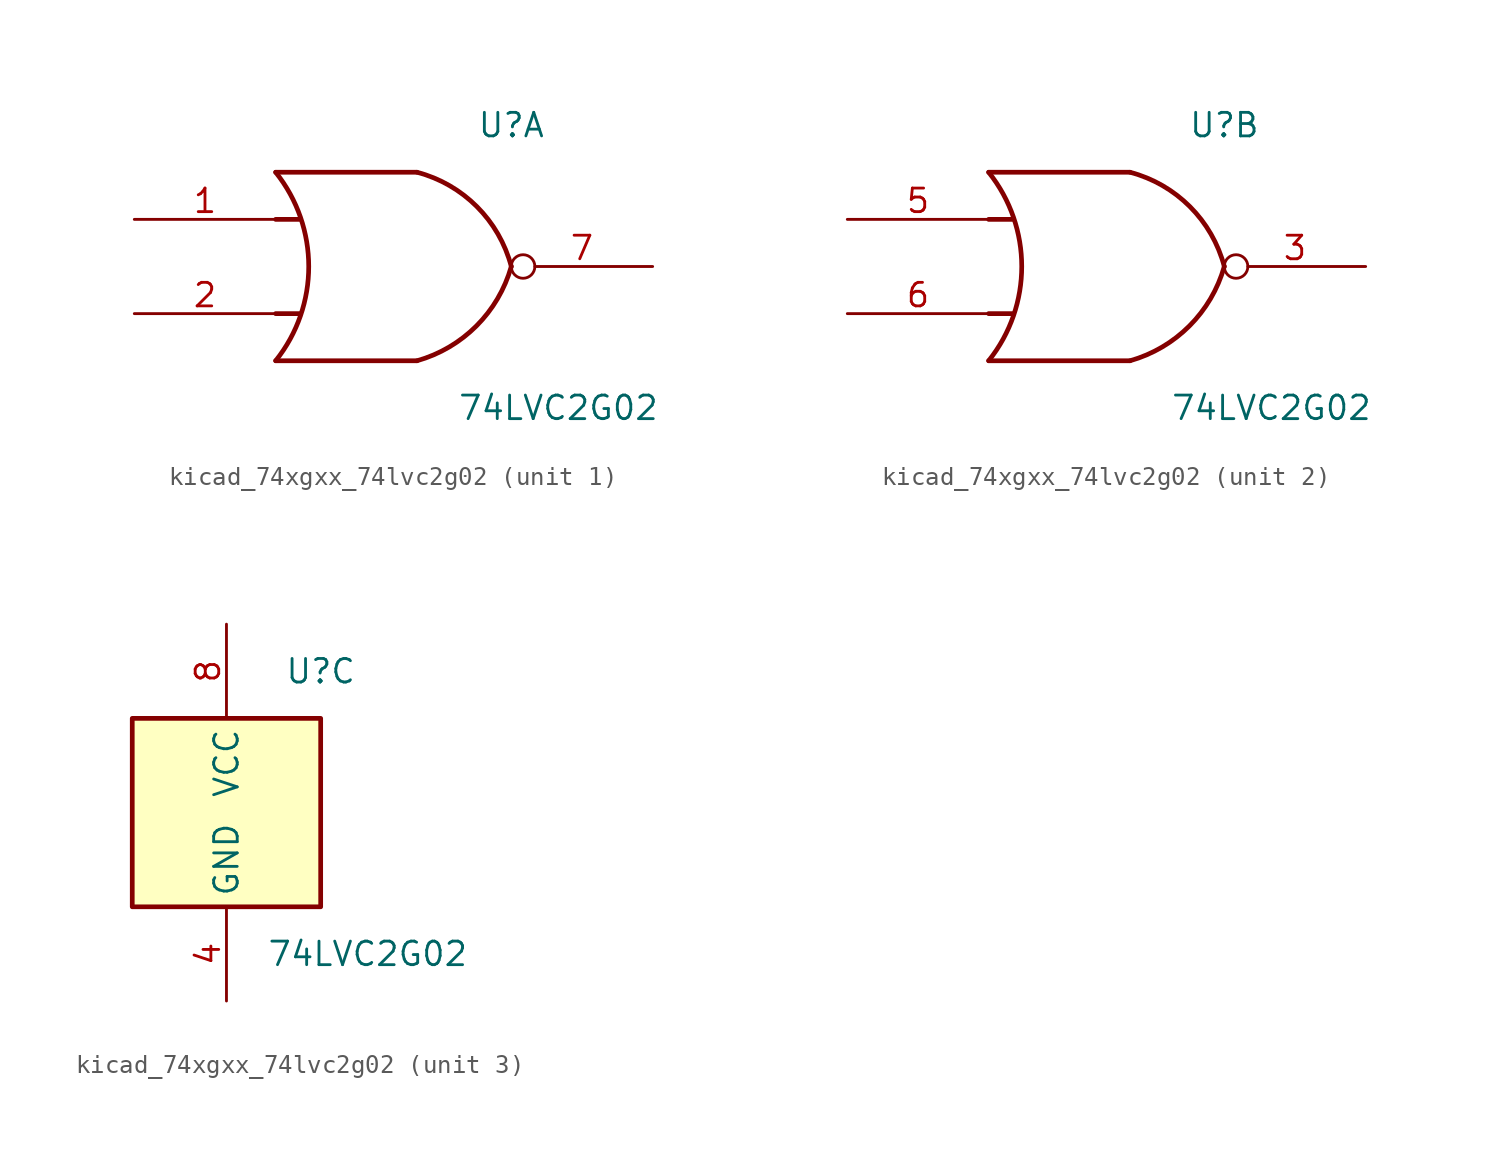
<source format=kicad_sym>
(kicad_symbol_lib
  (version 20220914)
  (generator kicad_symbol_editor)
  (symbol "kicad_74xgxx_74lvc2g02"
    (property "Reference" "U"
      (at 5.08 7.62 0)
      (effects (font (size 1.27 1.27))))
    (property "Value" "74LVC2G02"
      (at 7.62 -7.62 0)
      (effects (font (size 1.27 1.27))))
    (symbol "kicad_74xgxx_74lvc2g02_1_1"
      (arc (start -7.62 -5.08) (mid -5.838 0) (end -7.62 5.08) (stroke (width 0.254) (type default)) (fill (type none)))
      (arc (start 0 -5.08) (mid 3.1986 -3.2054) (end 5.08 0) (stroke (width 0.254) (type default)) (fill (type none)))
      (polyline (pts (xy -7.62 -2.54) (xy -6.35 -2.54)) (stroke (width 0.254) (type default)) (fill (type background)))
      (polyline (pts (xy -7.62 2.54) (xy -6.35 2.54)) (stroke (width 0.254) (type default)) (fill (type background)))
      (polyline (pts (xy 0 -5.08) (xy -7.62 -5.08)) (stroke (width 0.254) (type default)) (fill (type background)))
      (polyline (pts (xy 0 5.08) (xy -7.62 5.08)) (stroke (width 0.254) (type default)) (fill (type background)))
      (arc (start 5.08 0) (mid 3.2238 3.2304) (end 0 5.08) (stroke (width 0.254) (type default)) (fill (type none)))
      (pin input line (at -15.24 2.54 0) (length 7.62) (name "~" (effects (font (size 1.27 1.27)))) (number "1" (effects (font (size 1.27 1.27)))))
      (pin input line (at -15.24 -2.54 0) (length 7.62) (name "~" (effects (font (size 1.27 1.27)))) (number "2" (effects (font (size 1.27 1.27)))))
      (pin output inverted (at 12.7 0 180) (length 7.62) (name "~" (effects (font (size 1.27 1.27)))) (number "7" (effects (font (size 1.27 1.27))))))
    (symbol "kicad_74xgxx_74lvc2g02_2_1"
      (arc (start -7.62 -5.08) (mid -5.838 0) (end -7.62 5.08) (stroke (width 0.254) (type default)) (fill (type none)))
      (arc (start 0 -5.08) (mid 3.1986 -3.2054) (end 5.08 0) (stroke (width 0.254) (type default)) (fill (type none)))
      (polyline (pts (xy -7.62 -2.54) (xy -6.35 -2.54)) (stroke (width 0.254) (type default)) (fill (type background)))
      (polyline (pts (xy -7.62 2.54) (xy -6.35 2.54)) (stroke (width 0.254) (type default)) (fill (type background)))
      (polyline (pts (xy 0 -5.08) (xy -7.62 -5.08)) (stroke (width 0.254) (type default)) (fill (type background)))
      (polyline (pts (xy 0 5.08) (xy -7.62 5.08)) (stroke (width 0.254) (type default)) (fill (type background)))
      (arc (start 5.08 0) (mid 3.2238 3.2304) (end 0 5.08) (stroke (width 0.254) (type default)) (fill (type none)))
      (pin output inverted (at 12.7 0 180) (length 7.62) (name "~" (effects (font (size 1.27 1.27)))) (number "3" (effects (font (size 1.27 1.27)))))
      (pin input line (at -15.24 2.54 0) (length 7.62) (name "~" (effects (font (size 1.27 1.27)))) (number "5" (effects (font (size 1.27 1.27)))))
      (pin input line (at -15.24 -2.54 0) (length 7.62) (name "~" (effects (font (size 1.27 1.27)))) (number "6" (effects (font (size 1.27 1.27))))))
    (symbol "kicad_74xgxx_74lvc2g02_3_0"
      (rectangle (start -5.08 -5.08) (end 5.08 5.08) (stroke (width 0.254) (type default)) (fill (type background))))
    (symbol "kicad_74xgxx_74lvc2g02_3_1"
      (pin power_in line (at 0 -10.16 90) (length 5.08) (name "GND" (effects (font (size 1.27 1.27)))) (number "4" (effects (font (size 1.27 1.27)))))
      (pin power_in line (at 0 10.16 270) (length 5.08) (name "VCC" (effects (font (size 1.27 1.27)))) (number "8" (effects (font (size 1.27 1.27))))))))
</source>
